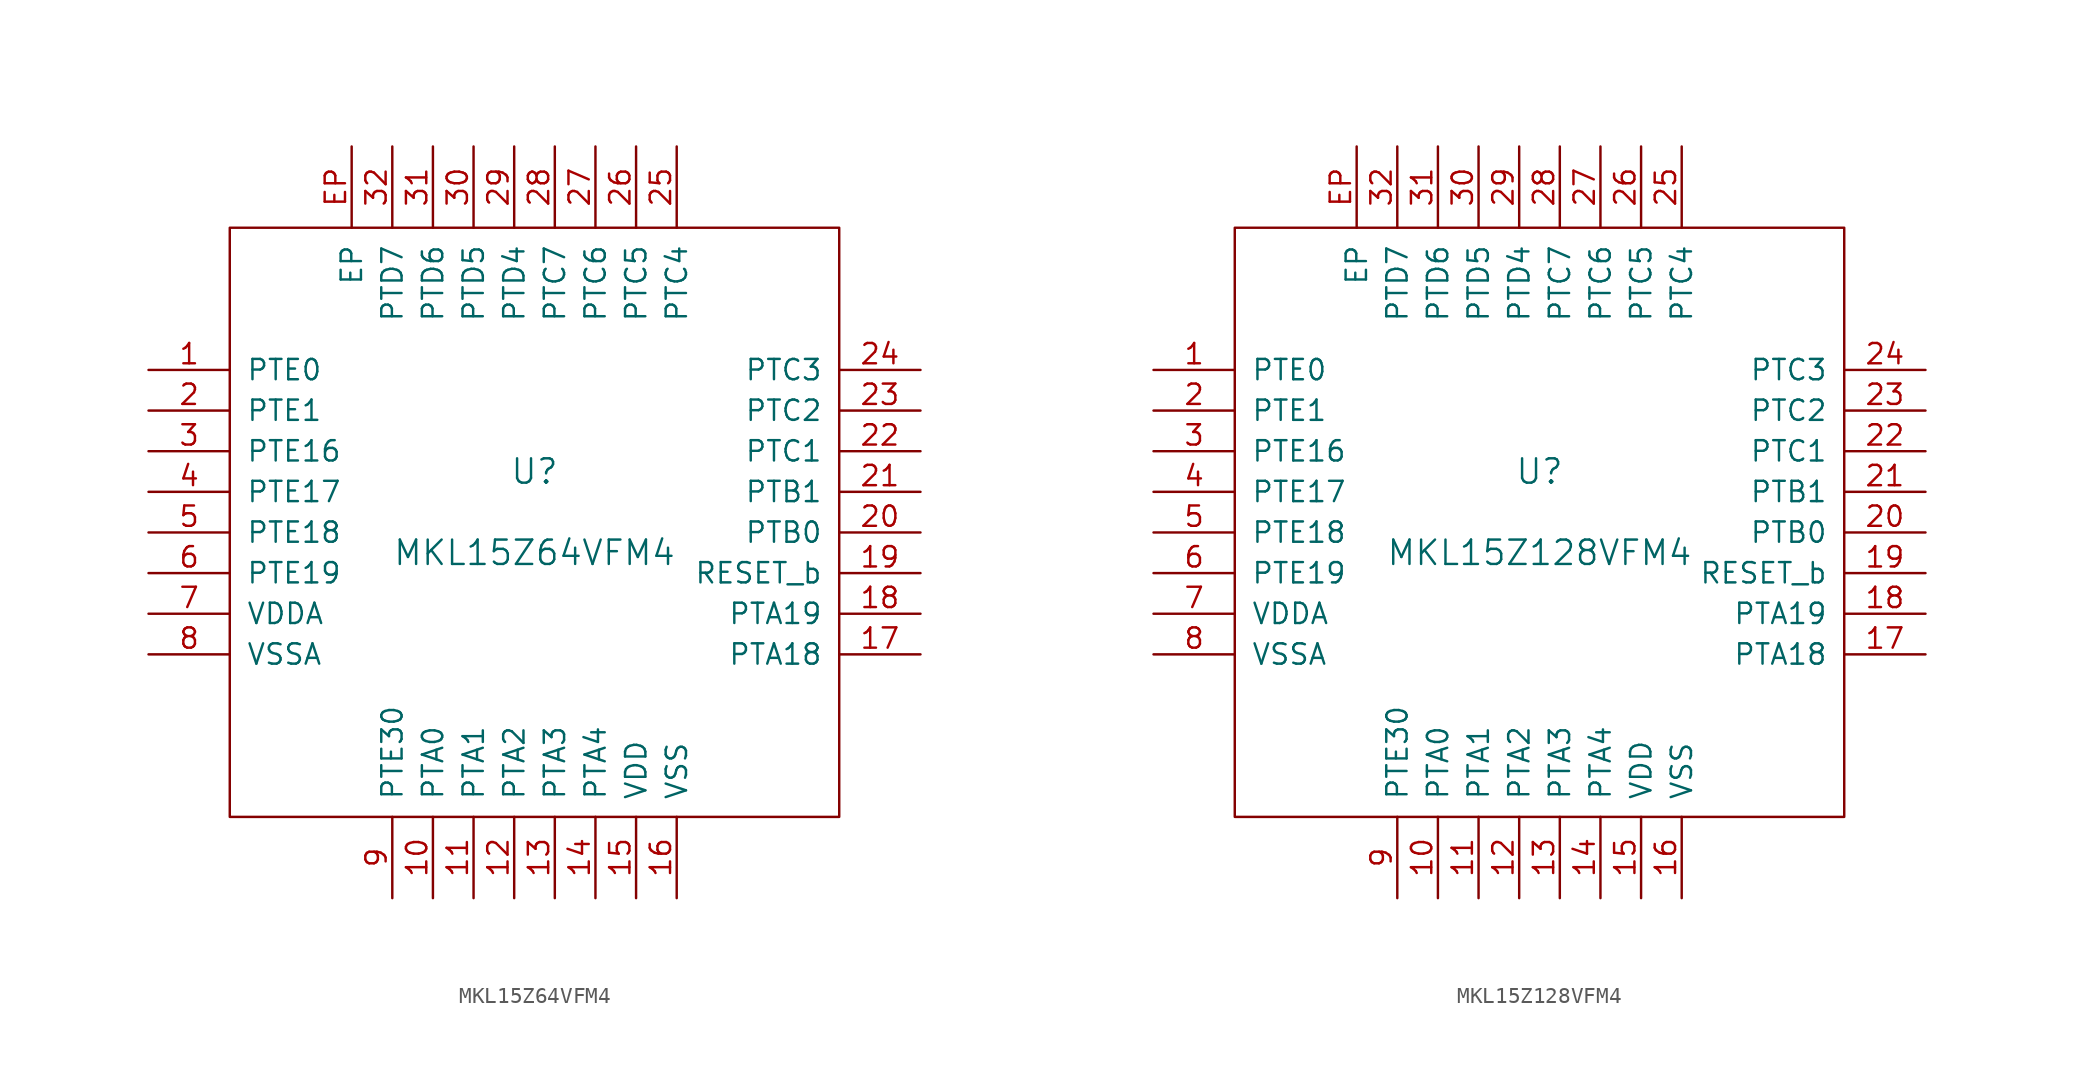
<source format=kicad_sym>
(kicad_symbol_lib
  (version 20201005)
  (generator kicad_symbol_editor)
  (symbol "MKL15Z64VFM4"
    (pin_names
      (offset 1.016))
    (property "Reference" "U"
      (at 0 2.54 0)
      (effects (font (size 1.524 1.524))))
    (property "Value" "MKL15Z64VFM4"
      (at 0 -2.54 0)
      (effects (font (size 1.524 1.524))))
    (symbol "MKL15Z64VFM4_0_1"
      (rectangle (start -19.05 17.78) (end 19.05 -19.05) (stroke (width 0)) (fill (type none))))
    (symbol "MKL15Z64VFM4_1_1"
      (pin bidirectional line (at -24.13 8.89 0) (length 5.08) (name "PTE0" (effects (font (size 1.27 1.27)))) (number "1" (effects (font (size 1.27 1.27)))))
      (pin bidirectional line (at -6.35 -24.13 90) (length 5.08) (name "PTA0" (effects (font (size 1.27 1.27)))) (number "10" (effects (font (size 1.27 1.27)))))
      (pin bidirectional line (at -3.81 -24.13 90) (length 5.08) (name "PTA1" (effects (font (size 1.27 1.27)))) (number "11" (effects (font (size 1.27 1.27)))))
      (pin bidirectional line (at -1.27 -24.13 90) (length 5.08) (name "PTA2" (effects (font (size 1.27 1.27)))) (number "12" (effects (font (size 1.27 1.27)))))
      (pin bidirectional line (at 1.27 -24.13 90) (length 5.08) (name "PTA3" (effects (font (size 1.27 1.27)))) (number "13" (effects (font (size 1.27 1.27)))))
      (pin bidirectional line (at 3.81 -24.13 90) (length 5.08) (name "PTA4" (effects (font (size 1.27 1.27)))) (number "14" (effects (font (size 1.27 1.27)))))
      (pin power_in line (at 6.35 -24.13 90) (length 5.08) (name "VDD" (effects (font (size 1.27 1.27)))) (number "15" (effects (font (size 1.27 1.27)))))
      (pin power_in line (at 8.89 -24.13 90) (length 5.08) (name "VSS" (effects (font (size 1.27 1.27)))) (number "16" (effects (font (size 1.27 1.27)))))
      (pin bidirectional line (at 24.13 -8.89 180) (length 5.08) (name "PTA18" (effects (font (size 1.27 1.27)))) (number "17" (effects (font (size 1.27 1.27)))))
      (pin bidirectional line (at 24.13 -6.35 180) (length 5.08) (name "PTA19" (effects (font (size 1.27 1.27)))) (number "18" (effects (font (size 1.27 1.27)))))
      (pin bidirectional line (at 24.13 -3.81 180) (length 5.08) (name "RESET_b" (effects (font (size 1.27 1.27)))) (number "19" (effects (font (size 1.27 1.27)))))
      (pin bidirectional line (at -24.13 6.35 0) (length 5.08) (name "PTE1" (effects (font (size 1.27 1.27)))) (number "2" (effects (font (size 1.27 1.27)))))
      (pin input line (at 24.13 -1.27 180) (length 5.08) (name "PTB0" (effects (font (size 1.27 1.27)))) (number "20" (effects (font (size 1.27 1.27)))))
      (pin input line (at 24.13 1.27 180) (length 5.08) (name "PTB1" (effects (font (size 1.27 1.27)))) (number "21" (effects (font (size 1.27 1.27)))))
      (pin power_in line (at 24.13 3.81 180) (length 5.08) (name "PTC1" (effects (font (size 1.27 1.27)))) (number "22" (effects (font (size 1.27 1.27)))))
      (pin bidirectional line (at 24.13 6.35 180) (length 5.08) (name "PTC2" (effects (font (size 1.27 1.27)))) (number "23" (effects (font (size 1.27 1.27)))))
      (pin bidirectional line (at 24.13 8.89 180) (length 5.08) (name "PTC3" (effects (font (size 1.27 1.27)))) (number "24" (effects (font (size 1.27 1.27)))))
      (pin bidirectional line (at 8.89 22.86 270) (length 5.08) (name "PTC4" (effects (font (size 1.27 1.27)))) (number "25" (effects (font (size 1.27 1.27)))))
      (pin bidirectional line (at 6.35 22.86 270) (length 5.08) (name "PTC5" (effects (font (size 1.27 1.27)))) (number "26" (effects (font (size 1.27 1.27)))))
      (pin bidirectional line (at 3.81 22.86 270) (length 5.08) (name "PTC6" (effects (font (size 1.27 1.27)))) (number "27" (effects (font (size 1.27 1.27)))))
      (pin bidirectional line (at 1.27 22.86 270) (length 5.08) (name "PTC7" (effects (font (size 1.27 1.27)))) (number "28" (effects (font (size 1.27 1.27)))))
      (pin bidirectional line (at -1.27 22.86 270) (length 5.08) (name "PTD4" (effects (font (size 1.27 1.27)))) (number "29" (effects (font (size 1.27 1.27)))))
      (pin bidirectional line (at -24.13 3.81 0) (length 5.08) (name "PTE16" (effects (font (size 1.27 1.27)))) (number "3" (effects (font (size 1.27 1.27)))))
      (pin bidirectional line (at -3.81 22.86 270) (length 5.08) (name "PTD5" (effects (font (size 1.27 1.27)))) (number "30" (effects (font (size 1.27 1.27)))))
      (pin bidirectional line (at -6.35 22.86 270) (length 5.08) (name "PTD6" (effects (font (size 1.27 1.27)))) (number "31" (effects (font (size 1.27 1.27)))))
      (pin bidirectional line (at -8.89 22.86 270) (length 5.08) (name "PTD7" (effects (font (size 1.27 1.27)))) (number "32" (effects (font (size 1.27 1.27)))))
      (pin bidirectional line (at -24.13 1.27 0) (length 5.08) (name "PTE17" (effects (font (size 1.27 1.27)))) (number "4" (effects (font (size 1.27 1.27)))))
      (pin bidirectional line (at -24.13 -1.27 0) (length 5.08) (name "PTE18" (effects (font (size 1.27 1.27)))) (number "5" (effects (font (size 1.27 1.27)))))
      (pin bidirectional line (at -24.13 -3.81 0) (length 5.08) (name "PTE19" (effects (font (size 1.27 1.27)))) (number "6" (effects (font (size 1.27 1.27)))))
      (pin power_in line (at -24.13 -6.35 0) (length 5.08) (name "VDDA" (effects (font (size 1.27 1.27)))) (number "7" (effects (font (size 1.27 1.27)))))
      (pin power_in line (at -24.13 -8.89 0) (length 5.08) (name "VSSA" (effects (font (size 1.27 1.27)))) (number "8" (effects (font (size 1.27 1.27)))))
      (pin bidirectional line (at -8.89 -24.13 90) (length 5.08) (name "PTE30" (effects (font (size 1.27 1.27)))) (number "9" (effects (font (size 1.27 1.27)))))
      (pin bidirectional line (at -11.43 22.86 270) (length 5.08) (name "EP" (effects (font (size 1.27 1.27)))) (number "EP" (effects (font (size 1.27 1.27)))))))
  (symbol "MKL15Z128VFM4"
    (pin_names
      (offset 1.016))
    (property "Reference" "U"
      (at 0 2.54 0)
      (effects (font (size 1.524 1.524))))
    (property "Value" "MKL15Z128VFM4"
      (at 0 -2.54 0)
      (effects (font (size 1.524 1.524))))
    (symbol "MKL15Z128VFM4_0_1"
      (rectangle (start -19.05 17.78) (end 19.05 -19.05) (stroke (width 0)) (fill (type none))))
    (symbol "MKL15Z128VFM4_1_1"
      (pin bidirectional line (at -24.13 8.89 0) (length 5.08) (name "PTE0" (effects (font (size 1.27 1.27)))) (number "1" (effects (font (size 1.27 1.27)))))
      (pin bidirectional line (at -6.35 -24.13 90) (length 5.08) (name "PTA0" (effects (font (size 1.27 1.27)))) (number "10" (effects (font (size 1.27 1.27)))))
      (pin bidirectional line (at -3.81 -24.13 90) (length 5.08) (name "PTA1" (effects (font (size 1.27 1.27)))) (number "11" (effects (font (size 1.27 1.27)))))
      (pin bidirectional line (at -1.27 -24.13 90) (length 5.08) (name "PTA2" (effects (font (size 1.27 1.27)))) (number "12" (effects (font (size 1.27 1.27)))))
      (pin bidirectional line (at 1.27 -24.13 90) (length 5.08) (name "PTA3" (effects (font (size 1.27 1.27)))) (number "13" (effects (font (size 1.27 1.27)))))
      (pin bidirectional line (at 3.81 -24.13 90) (length 5.08) (name "PTA4" (effects (font (size 1.27 1.27)))) (number "14" (effects (font (size 1.27 1.27)))))
      (pin power_in line (at 6.35 -24.13 90) (length 5.08) (name "VDD" (effects (font (size 1.27 1.27)))) (number "15" (effects (font (size 1.27 1.27)))))
      (pin power_in line (at 8.89 -24.13 90) (length 5.08) (name "VSS" (effects (font (size 1.27 1.27)))) (number "16" (effects (font (size 1.27 1.27)))))
      (pin bidirectional line (at 24.13 -8.89 180) (length 5.08) (name "PTA18" (effects (font (size 1.27 1.27)))) (number "17" (effects (font (size 1.27 1.27)))))
      (pin bidirectional line (at 24.13 -6.35 180) (length 5.08) (name "PTA19" (effects (font (size 1.27 1.27)))) (number "18" (effects (font (size 1.27 1.27)))))
      (pin bidirectional line (at 24.13 -3.81 180) (length 5.08) (name "RESET_b" (effects (font (size 1.27 1.27)))) (number "19" (effects (font (size 1.27 1.27)))))
      (pin bidirectional line (at -24.13 6.35 0) (length 5.08) (name "PTE1" (effects (font (size 1.27 1.27)))) (number "2" (effects (font (size 1.27 1.27)))))
      (pin input line (at 24.13 -1.27 180) (length 5.08) (name "PTB0" (effects (font (size 1.27 1.27)))) (number "20" (effects (font (size 1.27 1.27)))))
      (pin input line (at 24.13 1.27 180) (length 5.08) (name "PTB1" (effects (font (size 1.27 1.27)))) (number "21" (effects (font (size 1.27 1.27)))))
      (pin power_in line (at 24.13 3.81 180) (length 5.08) (name "PTC1" (effects (font (size 1.27 1.27)))) (number "22" (effects (font (size 1.27 1.27)))))
      (pin bidirectional line (at 24.13 6.35 180) (length 5.08) (name "PTC2" (effects (font (size 1.27 1.27)))) (number "23" (effects (font (size 1.27 1.27)))))
      (pin bidirectional line (at 24.13 8.89 180) (length 5.08) (name "PTC3" (effects (font (size 1.27 1.27)))) (number "24" (effects (font (size 1.27 1.27)))))
      (pin bidirectional line (at 8.89 22.86 270) (length 5.08) (name "PTC4" (effects (font (size 1.27 1.27)))) (number "25" (effects (font (size 1.27 1.27)))))
      (pin bidirectional line (at 6.35 22.86 270) (length 5.08) (name "PTC5" (effects (font (size 1.27 1.27)))) (number "26" (effects (font (size 1.27 1.27)))))
      (pin bidirectional line (at 3.81 22.86 270) (length 5.08) (name "PTC6" (effects (font (size 1.27 1.27)))) (number "27" (effects (font (size 1.27 1.27)))))
      (pin bidirectional line (at 1.27 22.86 270) (length 5.08) (name "PTC7" (effects (font (size 1.27 1.27)))) (number "28" (effects (font (size 1.27 1.27)))))
      (pin bidirectional line (at -1.27 22.86 270) (length 5.08) (name "PTD4" (effects (font (size 1.27 1.27)))) (number "29" (effects (font (size 1.27 1.27)))))
      (pin bidirectional line (at -24.13 3.81 0) (length 5.08) (name "PTE16" (effects (font (size 1.27 1.27)))) (number "3" (effects (font (size 1.27 1.27)))))
      (pin bidirectional line (at -3.81 22.86 270) (length 5.08) (name "PTD5" (effects (font (size 1.27 1.27)))) (number "30" (effects (font (size 1.27 1.27)))))
      (pin bidirectional line (at -6.35 22.86 270) (length 5.08) (name "PTD6" (effects (font (size 1.27 1.27)))) (number "31" (effects (font (size 1.27 1.27)))))
      (pin bidirectional line (at -8.89 22.86 270) (length 5.08) (name "PTD7" (effects (font (size 1.27 1.27)))) (number "32" (effects (font (size 1.27 1.27)))))
      (pin bidirectional line (at -24.13 1.27 0) (length 5.08) (name "PTE17" (effects (font (size 1.27 1.27)))) (number "4" (effects (font (size 1.27 1.27)))))
      (pin bidirectional line (at -24.13 -1.27 0) (length 5.08) (name "PTE18" (effects (font (size 1.27 1.27)))) (number "5" (effects (font (size 1.27 1.27)))))
      (pin bidirectional line (at -24.13 -3.81 0) (length 5.08) (name "PTE19" (effects (font (size 1.27 1.27)))) (number "6" (effects (font (size 1.27 1.27)))))
      (pin power_in line (at -24.13 -6.35 0) (length 5.08) (name "VDDA" (effects (font (size 1.27 1.27)))) (number "7" (effects (font (size 1.27 1.27)))))
      (pin power_in line (at -24.13 -8.89 0) (length 5.08) (name "VSSA" (effects (font (size 1.27 1.27)))) (number "8" (effects (font (size 1.27 1.27)))))
      (pin bidirectional line (at -8.89 -24.13 90) (length 5.08) (name "PTE30" (effects (font (size 1.27 1.27)))) (number "9" (effects (font (size 1.27 1.27)))))
      (pin bidirectional line (at -11.43 22.86 270) (length 5.08) (name "EP" (effects (font (size 1.27 1.27)))) (number "EP" (effects (font (size 1.27 1.27))))))))
</source>
